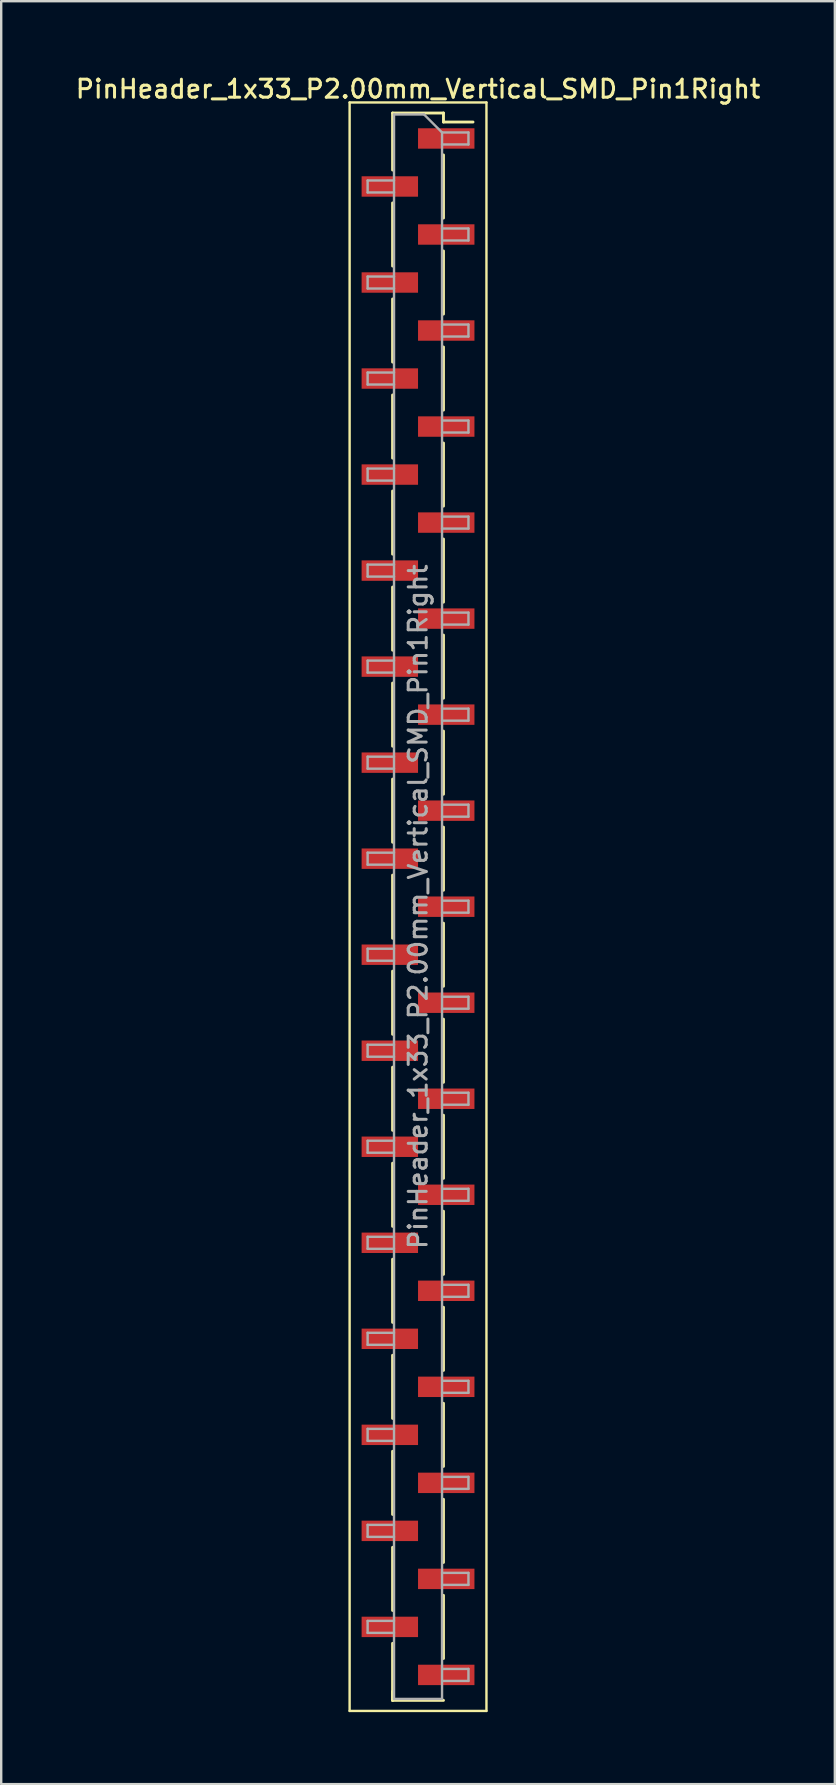
<source format=kicad_pcb>
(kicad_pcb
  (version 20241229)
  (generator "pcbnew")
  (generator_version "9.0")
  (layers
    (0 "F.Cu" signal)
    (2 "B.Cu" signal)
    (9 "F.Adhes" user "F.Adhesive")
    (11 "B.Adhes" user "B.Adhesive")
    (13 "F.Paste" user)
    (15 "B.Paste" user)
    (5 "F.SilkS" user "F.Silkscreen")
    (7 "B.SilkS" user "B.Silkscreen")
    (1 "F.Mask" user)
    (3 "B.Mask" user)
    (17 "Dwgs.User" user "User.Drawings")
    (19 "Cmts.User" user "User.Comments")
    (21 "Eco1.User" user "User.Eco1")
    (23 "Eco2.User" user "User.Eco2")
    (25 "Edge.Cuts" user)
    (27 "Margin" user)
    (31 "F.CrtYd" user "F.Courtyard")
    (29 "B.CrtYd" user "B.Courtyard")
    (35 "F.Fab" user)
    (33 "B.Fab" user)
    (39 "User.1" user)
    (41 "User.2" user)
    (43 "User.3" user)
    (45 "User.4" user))
  (footprint "PinHeader_1x33_P2.00mm_Vertical_SMD_Pin1Right"
    (layer "F.Cu")
    (at 14.363 34.718)
    (property "Reference" "PinHeader_1x33_P2.00mm_Vertical_SMD_Pin1Right" (at 0 -34.06 0) (layer "F.SilkS") (effects (font (size 0.75 0.75) (thickness 0.125))))
    (attr smd)
    (fp_line (start -2.85 -33.5) (end -2.85 33.5) (stroke (width 0.1) (type solid)) (layer "F.SilkS"))
    (fp_line (start -2.85 33.5) (end 2.85 33.5) (stroke (width 0.1) (type solid)) (layer "F.SilkS"))
    (fp_line (start -1.06 -33.06) (end -1.06 -30.685) (stroke (width 0.12) (type solid)) (layer "F.SilkS"))
    (fp_line (start -1.06 -33.06) (end 1.06 -33.06) (stroke (width 0.12) (type solid)) (layer "F.SilkS"))
    (fp_line (start -1.06 -29.315) (end -1.06 -26.685) (stroke (width 0.12) (type solid)) (layer "F.SilkS"))
    (fp_line (start -1.06 -25.315) (end -1.06 -22.685) (stroke (width 0.12) (type solid)) (layer "F.SilkS"))
    (fp_line (start -1.06 -21.315) (end -1.06 -18.685) (stroke (width 0.12) (type solid)) (layer "F.SilkS"))
    (fp_line (start -1.06 -17.315) (end -1.06 -14.685) (stroke (width 0.12) (type solid)) (layer "F.SilkS"))
    (fp_line (start -1.06 -13.315) (end -1.06 -10.685) (stroke (width 0.12) (type solid)) (layer "F.SilkS"))
    (fp_line (start -1.06 -9.315) (end -1.06 -6.685) (stroke (width 0.12) (type solid)) (layer "F.SilkS"))
    (fp_line (start -1.06 -5.315) (end -1.06 -2.685) (stroke (width 0.12) (type solid)) (layer "F.SilkS"))
    (fp_line (start -1.06 -1.315) (end -1.06 1.315) (stroke (width 0.12) (type solid)) (layer "F.SilkS"))
    (fp_line (start -1.06 2.685) (end -1.06 5.315) (stroke (width 0.12) (type solid)) (layer "F.SilkS"))
    (fp_line (start -1.06 6.685) (end -1.06 9.315) (stroke (width 0.12) (type solid)) (layer "F.SilkS"))
    (fp_line (start -1.06 10.685) (end -1.06 13.315) (stroke (width 0.12) (type solid)) (layer "F.SilkS"))
    (fp_line (start -1.06 14.685) (end -1.06 17.315) (stroke (width 0.12) (type solid)) (layer "F.SilkS"))
    (fp_line (start -1.06 18.685) (end -1.06 21.315) (stroke (width 0.12) (type solid)) (layer "F.SilkS"))
    (fp_line (start -1.06 22.685) (end -1.06 25.315) (stroke (width 0.12) (type solid)) (layer "F.SilkS"))
    (fp_line (start -1.06 26.685) (end -1.06 29.315) (stroke (width 0.12) (type solid)) (layer "F.SilkS"))
    (fp_line (start -1.06 30.685) (end -1.06 33.06) (stroke (width 0.12) (type solid)) (layer "F.SilkS"))
    (fp_line (start -1.06 32.685) (end -1.06 33.06) (stroke (width 0.12) (type solid)) (layer "F.SilkS"))
    (fp_line (start -1.06 33.06) (end 1.06 33.06) (stroke (width 0.12) (type solid)) (layer "F.SilkS"))
    (fp_line (start 1.06 -33.06) (end 1.06 -32.685) (stroke (width 0.12) (type solid)) (layer "F.SilkS"))
    (fp_line (start 1.06 -32.685) (end 2.29 -32.685) (stroke (width 0.12) (type solid)) (layer "F.SilkS"))
    (fp_line (start 1.06 -31.315) (end 1.06 -28.685) (stroke (width 0.12) (type solid)) (layer "F.SilkS"))
    (fp_line (start 1.06 -27.315) (end 1.06 -24.685) (stroke (width 0.12) (type solid)) (layer "F.SilkS"))
    (fp_line (start 1.06 -23.315) (end 1.06 -20.685) (stroke (width 0.12) (type solid)) (layer "F.SilkS"))
    (fp_line (start 1.06 -19.315) (end 1.06 -16.685) (stroke (width 0.12) (type solid)) (layer "F.SilkS"))
    (fp_line (start 1.06 -15.315) (end 1.06 -12.685) (stroke (width 0.12) (type solid)) (layer "F.SilkS"))
    (fp_line (start 1.06 -11.315) (end 1.06 -8.685) (stroke (width 0.12) (type solid)) (layer "F.SilkS"))
    (fp_line (start 1.06 -7.315) (end 1.06 -4.685) (stroke (width 0.12) (type solid)) (layer "F.SilkS"))
    (fp_line (start 1.06 -3.315) (end 1.06 -0.685) (stroke (width 0.12) (type solid)) (layer "F.SilkS"))
    (fp_line (start 1.06 0.685) (end 1.06 3.315) (stroke (width 0.12) (type solid)) (layer "F.SilkS"))
    (fp_line (start 1.06 4.685) (end 1.06 7.315) (stroke (width 0.12) (type solid)) (layer "F.SilkS"))
    (fp_line (start 1.06 8.685) (end 1.06 11.315) (stroke (width 0.12) (type solid)) (layer "F.SilkS"))
    (fp_line (start 1.06 12.685) (end 1.06 15.315) (stroke (width 0.12) (type solid)) (layer "F.SilkS"))
    (fp_line (start 1.06 16.685) (end 1.06 19.315) (stroke (width 0.12) (type solid)) (layer "F.SilkS"))
    (fp_line (start 1.06 20.685) (end 1.06 23.315) (stroke (width 0.12) (type solid)) (layer "F.SilkS"))
    (fp_line (start 1.06 24.685) (end 1.06 27.315) (stroke (width 0.12) (type solid)) (layer "F.SilkS"))
    (fp_line (start 1.06 28.685) (end 1.06 31.315) (stroke (width 0.12) (type solid)) (layer "F.SilkS"))
    (fp_line (start 2.85 -33.5) (end -2.85 -33.5) (stroke (width 0.1) (type solid)) (layer "F.SilkS"))
    (fp_line (start 2.85 33.5) (end 2.85 -33.5) (stroke (width 0.1) (type solid)) (layer "F.SilkS"))
    (fp_line (start -2.1 -30.25) (end -2.1 -29.75) (stroke (width 0.1) (type solid)) (layer "F.Fab"))
    (fp_line (start -2.1 -29.75) (end -1 -29.75) (stroke (width 0.1) (type solid)) (layer "F.Fab"))
    (fp_line (start -2.1 -26.25) (end -2.1 -25.75) (stroke (width 0.1) (type solid)) (layer "F.Fab"))
    (fp_line (start -2.1 -25.75) (end -1 -25.75) (stroke (width 0.1) (type solid)) (layer "F.Fab"))
    (fp_line (start -2.1 -22.25) (end -2.1 -21.75) (stroke (width 0.1) (type solid)) (layer "F.Fab"))
    (fp_line (start -2.1 -21.75) (end -1 -21.75) (stroke (width 0.1) (type solid)) (layer "F.Fab"))
    (fp_line (start -2.1 -18.25) (end -2.1 -17.75) (stroke (width 0.1) (type solid)) (layer "F.Fab"))
    (fp_line (start -2.1 -17.75) (end -1 -17.75) (stroke (width 0.1) (type solid)) (layer "F.Fab"))
    (fp_line (start -2.1 -14.25) (end -2.1 -13.75) (stroke (width 0.1) (type solid)) (layer "F.Fab"))
    (fp_line (start -2.1 -13.75) (end -1 -13.75) (stroke (width 0.1) (type solid)) (layer "F.Fab"))
    (fp_line (start -2.1 -10.25) (end -2.1 -9.75) (stroke (width 0.1) (type solid)) (layer "F.Fab"))
    (fp_line (start -2.1 -9.75) (end -1 -9.75) (stroke (width 0.1) (type solid)) (layer "F.Fab"))
    (fp_line (start -2.1 -6.25) (end -2.1 -5.75) (stroke (width 0.1) (type solid)) (layer "F.Fab"))
    (fp_line (start -2.1 -5.75) (end -1 -5.75) (stroke (width 0.1) (type solid)) (layer "F.Fab"))
    (fp_line (start -2.1 -2.25) (end -2.1 -1.75) (stroke (width 0.1) (type solid)) (layer "F.Fab"))
    (fp_line (start -2.1 -1.75) (end -1 -1.75) (stroke (width 0.1) (type solid)) (layer "F.Fab"))
    (fp_line (start -2.1 1.75) (end -2.1 2.25) (stroke (width 0.1) (type solid)) (layer "F.Fab"))
    (fp_line (start -2.1 2.25) (end -1 2.25) (stroke (width 0.1) (type solid)) (layer "F.Fab"))
    (fp_line (start -2.1 5.75) (end -2.1 6.25) (stroke (width 0.1) (type solid)) (layer "F.Fab"))
    (fp_line (start -2.1 6.25) (end -1 6.25) (stroke (width 0.1) (type solid)) (layer "F.Fab"))
    (fp_line (start -2.1 9.75) (end -2.1 10.25) (stroke (width 0.1) (type solid)) (layer "F.Fab"))
    (fp_line (start -2.1 10.25) (end -1 10.25) (stroke (width 0.1) (type solid)) (layer "F.Fab"))
    (fp_line (start -2.1 13.75) (end -2.1 14.25) (stroke (width 0.1) (type solid)) (layer "F.Fab"))
    (fp_line (start -2.1 14.25) (end -1 14.25) (stroke (width 0.1) (type solid)) (layer "F.Fab"))
    (fp_line (start -2.1 17.75) (end -2.1 18.25) (stroke (width 0.1) (type solid)) (layer "F.Fab"))
    (fp_line (start -2.1 18.25) (end -1 18.25) (stroke (width 0.1) (type solid)) (layer "F.Fab"))
    (fp_line (start -2.1 21.75) (end -2.1 22.25) (stroke (width 0.1) (type solid)) (layer "F.Fab"))
    (fp_line (start -2.1 22.25) (end -1 22.25) (stroke (width 0.1) (type solid)) (layer "F.Fab"))
    (fp_line (start -2.1 25.75) (end -2.1 26.25) (stroke (width 0.1) (type solid)) (layer "F.Fab"))
    (fp_line (start -2.1 26.25) (end -1 26.25) (stroke (width 0.1) (type solid)) (layer "F.Fab"))
    (fp_line (start -2.1 29.75) (end -2.1 30.25) (stroke (width 0.1) (type solid)) (layer "F.Fab"))
    (fp_line (start -2.1 30.25) (end -1 30.25) (stroke (width 0.1) (type solid)) (layer "F.Fab"))
    (fp_line (start -1 -33) (end -1 33) (stroke (width 0.1) (type solid)) (layer "F.Fab"))
    (fp_line (start -1 -33) (end 0.25 -33) (stroke (width 0.1) (type solid)) (layer "F.Fab"))
    (fp_line (start -1 -30.25) (end -2.1 -30.25) (stroke (width 0.1) (type solid)) (layer "F.Fab"))
    (fp_line (start -1 -26.25) (end -2.1 -26.25) (stroke (width 0.1) (type solid)) (layer "F.Fab"))
    (fp_line (start -1 -22.25) (end -2.1 -22.25) (stroke (width 0.1) (type solid)) (layer "F.Fab"))
    (fp_line (start -1 -18.25) (end -2.1 -18.25) (stroke (width 0.1) (type solid)) (layer "F.Fab"))
    (fp_line (start -1 -14.25) (end -2.1 -14.25) (stroke (width 0.1) (type solid)) (layer "F.Fab"))
    (fp_line (start -1 -10.25) (end -2.1 -10.25) (stroke (width 0.1) (type solid)) (layer "F.Fab"))
    (fp_line (start -1 -6.25) (end -2.1 -6.25) (stroke (width 0.1) (type solid)) (layer "F.Fab"))
    (fp_line (start -1 -2.25) (end -2.1 -2.25) (stroke (width 0.1) (type solid)) (layer "F.Fab"))
    (fp_line (start -1 1.75) (end -2.1 1.75) (stroke (width 0.1) (type solid)) (layer "F.Fab"))
    (fp_line (start -1 5.75) (end -2.1 5.75) (stroke (width 0.1) (type solid)) (layer "F.Fab"))
    (fp_line (start -1 9.75) (end -2.1 9.75) (stroke (width 0.1) (type solid)) (layer "F.Fab"))
    (fp_line (start -1 13.75) (end -2.1 13.75) (stroke (width 0.1) (type solid)) (layer "F.Fab"))
    (fp_line (start -1 17.75) (end -2.1 17.75) (stroke (width 0.1) (type solid)) (layer "F.Fab"))
    (fp_line (start -1 21.75) (end -2.1 21.75) (stroke (width 0.1) (type solid)) (layer "F.Fab"))
    (fp_line (start -1 25.75) (end -2.1 25.75) (stroke (width 0.1) (type solid)) (layer "F.Fab"))
    (fp_line (start -1 29.75) (end -2.1 29.75) (stroke (width 0.1) (type solid)) (layer "F.Fab"))
    (fp_line (start 1 -32.25) (end 0.25 -33) (stroke (width 0.1) (type solid)) (layer "F.Fab"))
    (fp_line (start 1 -32.25) (end 2.1 -32.25) (stroke (width 0.1) (type solid)) (layer "F.Fab"))
    (fp_line (start 1 -28.25) (end 2.1 -28.25) (stroke (width 0.1) (type solid)) (layer "F.Fab"))
    (fp_line (start 1 -24.25) (end 2.1 -24.25) (stroke (width 0.1) (type solid)) (layer "F.Fab"))
    (fp_line (start 1 -20.25) (end 2.1 -20.25) (stroke (width 0.1) (type solid)) (layer "F.Fab"))
    (fp_line (start 1 -16.25) (end 2.1 -16.25) (stroke (width 0.1) (type solid)) (layer "F.Fab"))
    (fp_line (start 1 -12.25) (end 2.1 -12.25) (stroke (width 0.1) (type solid)) (layer "F.Fab"))
    (fp_line (start 1 -8.25) (end 2.1 -8.25) (stroke (width 0.1) (type solid)) (layer "F.Fab"))
    (fp_line (start 1 -4.25) (end 2.1 -4.25) (stroke (width 0.1) (type solid)) (layer "F.Fab"))
    (fp_line (start 1 -0.25) (end 2.1 -0.25) (stroke (width 0.1) (type solid)) (layer "F.Fab"))
    (fp_line (start 1 3.75) (end 2.1 3.75) (stroke (width 0.1) (type solid)) (layer "F.Fab"))
    (fp_line (start 1 7.75) (end 2.1 7.75) (stroke (width 0.1) (type solid)) (layer "F.Fab"))
    (fp_line (start 1 11.75) (end 2.1 11.75) (stroke (width 0.1) (type solid)) (layer "F.Fab"))
    (fp_line (start 1 15.75) (end 2.1 15.75) (stroke (width 0.1) (type solid)) (layer "F.Fab"))
    (fp_line (start 1 19.75) (end 2.1 19.75) (stroke (width 0.1) (type solid)) (layer "F.Fab"))
    (fp_line (start 1 23.75) (end 2.1 23.75) (stroke (width 0.1) (type solid)) (layer "F.Fab"))
    (fp_line (start 1 27.75) (end 2.1 27.75) (stroke (width 0.1) (type solid)) (layer "F.Fab"))
    (fp_line (start 1 31.75) (end 2.1 31.75) (stroke (width 0.1) (type solid)) (layer "F.Fab"))
    (fp_line (start 1 33) (end -1 33) (stroke (width 0.1) (type solid)) (layer "F.Fab"))
    (fp_line (start 1 33) (end 1 -32.25) (stroke (width 0.1) (type solid)) (layer "F.Fab"))
    (fp_line (start 2.1 -32.25) (end 2.1 -31.75) (stroke (width 0.1) (type solid)) (layer "F.Fab"))
    (fp_line (start 2.1 -31.75) (end 1 -31.75) (stroke (width 0.1) (type solid)) (layer "F.Fab"))
    (fp_line (start 2.1 -28.25) (end 2.1 -27.75) (stroke (width 0.1) (type solid)) (layer "F.Fab"))
    (fp_line (start 2.1 -27.75) (end 1 -27.75) (stroke (width 0.1) (type solid)) (layer "F.Fab"))
    (fp_line (start 2.1 -24.25) (end 2.1 -23.75) (stroke (width 0.1) (type solid)) (layer "F.Fab"))
    (fp_line (start 2.1 -23.75) (end 1 -23.75) (stroke (width 0.1) (type solid)) (layer "F.Fab"))
    (fp_line (start 2.1 -20.25) (end 2.1 -19.75) (stroke (width 0.1) (type solid)) (layer "F.Fab"))
    (fp_line (start 2.1 -19.75) (end 1 -19.75) (stroke (width 0.1) (type solid)) (layer "F.Fab"))
    (fp_line (start 2.1 -16.25) (end 2.1 -15.75) (stroke (width 0.1) (type solid)) (layer "F.Fab"))
    (fp_line (start 2.1 -15.75) (end 1 -15.75) (stroke (width 0.1) (type solid)) (layer "F.Fab"))
    (fp_line (start 2.1 -12.25) (end 2.1 -11.75) (stroke (width 0.1) (type solid)) (layer "F.Fab"))
    (fp_line (start 2.1 -11.75) (end 1 -11.75) (stroke (width 0.1) (type solid)) (layer "F.Fab"))
    (fp_line (start 2.1 -8.25) (end 2.1 -7.75) (stroke (width 0.1) (type solid)) (layer "F.Fab"))
    (fp_line (start 2.1 -7.75) (end 1 -7.75) (stroke (width 0.1) (type solid)) (layer "F.Fab"))
    (fp_line (start 2.1 -4.25) (end 2.1 -3.75) (stroke (width 0.1) (type solid)) (layer "F.Fab"))
    (fp_line (start 2.1 -3.75) (end 1 -3.75) (stroke (width 0.1) (type solid)) (layer "F.Fab"))
    (fp_line (start 2.1 -0.25) (end 2.1 0.25) (stroke (width 0.1) (type solid)) (layer "F.Fab"))
    (fp_line (start 2.1 0.25) (end 1 0.25) (stroke (width 0.1) (type solid)) (layer "F.Fab"))
    (fp_line (start 2.1 3.75) (end 2.1 4.25) (stroke (width 0.1) (type solid)) (layer "F.Fab"))
    (fp_line (start 2.1 4.25) (end 1 4.25) (stroke (width 0.1) (type solid)) (layer "F.Fab"))
    (fp_line (start 2.1 7.75) (end 2.1 8.25) (stroke (width 0.1) (type solid)) (layer "F.Fab"))
    (fp_line (start 2.1 8.25) (end 1 8.25) (stroke (width 0.1) (type solid)) (layer "F.Fab"))
    (fp_line (start 2.1 11.75) (end 2.1 12.25) (stroke (width 0.1) (type solid)) (layer "F.Fab"))
    (fp_line (start 2.1 12.25) (end 1 12.25) (stroke (width 0.1) (type solid)) (layer "F.Fab"))
    (fp_line (start 2.1 15.75) (end 2.1 16.25) (stroke (width 0.1) (type solid)) (layer "F.Fab"))
    (fp_line (start 2.1 16.25) (end 1 16.25) (stroke (width 0.1) (type solid)) (layer "F.Fab"))
    (fp_line (start 2.1 19.75) (end 2.1 20.25) (stroke (width 0.1) (type solid)) (layer "F.Fab"))
    (fp_line (start 2.1 20.25) (end 1 20.25) (stroke (width 0.1) (type solid)) (layer "F.Fab"))
    (fp_line (start 2.1 23.75) (end 2.1 24.25) (stroke (width 0.1) (type solid)) (layer "F.Fab"))
    (fp_line (start 2.1 24.25) (end 1 24.25) (stroke (width 0.1) (type solid)) (layer "F.Fab"))
    (fp_line (start 2.1 27.75) (end 2.1 28.25) (stroke (width 0.1) (type solid)) (layer "F.Fab"))
    (fp_line (start 2.1 28.25) (end 1 28.25) (stroke (width 0.1) (type solid)) (layer "F.Fab"))
    (fp_line (start 2.1 31.75) (end 2.1 32.25) (stroke (width 0.1) (type solid)) (layer "F.Fab"))
    (fp_line (start 2.1 32.25) (end 1 32.25) (stroke (width 0.1) (type solid)) (layer "F.Fab"))
    (fp_text user "${REFERENCE}" (at 0 0 90) (layer "F.Fab") (effects (font (size 0.75 0.75) (thickness 0.125))))
    (pad "1" smd rect (at 1.175 -32) (size 2.35 0.85) (layers "F.Cu" "F.Mask" "F.Paste"))
    (pad "2" smd rect (at -1.175 -30) (size 2.35 0.85) (layers "F.Cu" "F.Mask" "F.Paste"))
    (pad "3" smd rect (at 1.175 -28) (size 2.35 0.85) (layers "F.Cu" "F.Mask" "F.Paste"))
    (pad "4" smd rect (at -1.175 -26) (size 2.35 0.85) (layers "F.Cu" "F.Mask" "F.Paste"))
    (pad "5" smd rect (at 1.175 -24) (size 2.35 0.85) (layers "F.Cu" "F.Mask" "F.Paste"))
    (pad "6" smd rect (at -1.175 -22) (size 2.35 0.85) (layers "F.Cu" "F.Mask" "F.Paste"))
    (pad "7" smd rect (at 1.175 -20) (size 2.35 0.85) (layers "F.Cu" "F.Mask" "F.Paste"))
    (pad "8" smd rect (at -1.175 -18) (size 2.35 0.85) (layers "F.Cu" "F.Mask" "F.Paste"))
    (pad "9" smd rect (at 1.175 -16) (size 2.35 0.85) (layers "F.Cu" "F.Mask" "F.Paste"))
    (pad "10" smd rect (at -1.175 -14) (size 2.35 0.85) (layers "F.Cu" "F.Mask" "F.Paste"))
    (pad "11" smd rect (at 1.175 -12) (size 2.35 0.85) (layers "F.Cu" "F.Mask" "F.Paste"))
    (pad "12" smd rect (at -1.175 -10) (size 2.35 0.85) (layers "F.Cu" "F.Mask" "F.Paste"))
    (pad "13" smd rect (at 1.175 -8) (size 2.35 0.85) (layers "F.Cu" "F.Mask" "F.Paste"))
    (pad "14" smd rect (at -1.175 -6) (size 2.35 0.85) (layers "F.Cu" "F.Mask" "F.Paste"))
    (pad "15" smd rect (at 1.175 -4) (size 2.35 0.85) (layers "F.Cu" "F.Mask" "F.Paste"))
    (pad "16" smd rect (at -1.175 -2) (size 2.35 0.85) (layers "F.Cu" "F.Mask" "F.Paste"))
    (pad "17" smd rect (at 1.175 0) (size 2.35 0.85) (layers "F.Cu" "F.Mask" "F.Paste"))
    (pad "18" smd rect (at -1.175 2) (size 2.35 0.85) (layers "F.Cu" "F.Mask" "F.Paste"))
    (pad "19" smd rect (at 1.175 4) (size 2.35 0.85) (layers "F.Cu" "F.Mask" "F.Paste"))
    (pad "20" smd rect (at -1.175 6) (size 2.35 0.85) (layers "F.Cu" "F.Mask" "F.Paste"))
    (pad "21" smd rect (at 1.175 8) (size 2.35 0.85) (layers "F.Cu" "F.Mask" "F.Paste"))
    (pad "22" smd rect (at -1.175 10) (size 2.35 0.85) (layers "F.Cu" "F.Mask" "F.Paste"))
    (pad "23" smd rect (at 1.175 12) (size 2.35 0.85) (layers "F.Cu" "F.Mask" "F.Paste"))
    (pad "24" smd rect (at -1.175 14) (size 2.35 0.85) (layers "F.Cu" "F.Mask" "F.Paste"))
    (pad "25" smd rect (at 1.175 16) (size 2.35 0.85) (layers "F.Cu" "F.Mask" "F.Paste"))
    (pad "26" smd rect (at -1.175 18) (size 2.35 0.85) (layers "F.Cu" "F.Mask" "F.Paste"))
    (pad "27" smd rect (at 1.175 20) (size 2.35 0.85) (layers "F.Cu" "F.Mask" "F.Paste"))
    (pad "28" smd rect (at -1.175 22) (size 2.35 0.85) (layers "F.Cu" "F.Mask" "F.Paste"))
    (pad "29" smd rect (at 1.175 24) (size 2.35 0.85) (layers "F.Cu" "F.Mask" "F.Paste"))
    (pad "30" smd rect (at -1.175 26) (size 2.35 0.85) (layers "F.Cu" "F.Mask" "F.Paste"))
    (pad "31" smd rect (at 1.175 28) (size 2.35 0.85) (layers "F.Cu" "F.Mask" "F.Paste"))
    (pad "32" smd rect (at -1.175 30) (size 2.35 0.85) (layers "F.Cu" "F.Mask" "F.Paste"))
    (pad "33" smd rect (at 1.175 32) (size 2.35 0.85) (layers "F.Cu" "F.Mask" "F.Paste")))
  (gr_rect
    (start -3 -3)
    (end 31.725 71.268)
    (stroke (width 0.1) (type default))
    (fill no)
    (layer "Edge.Cuts")))
</source>
